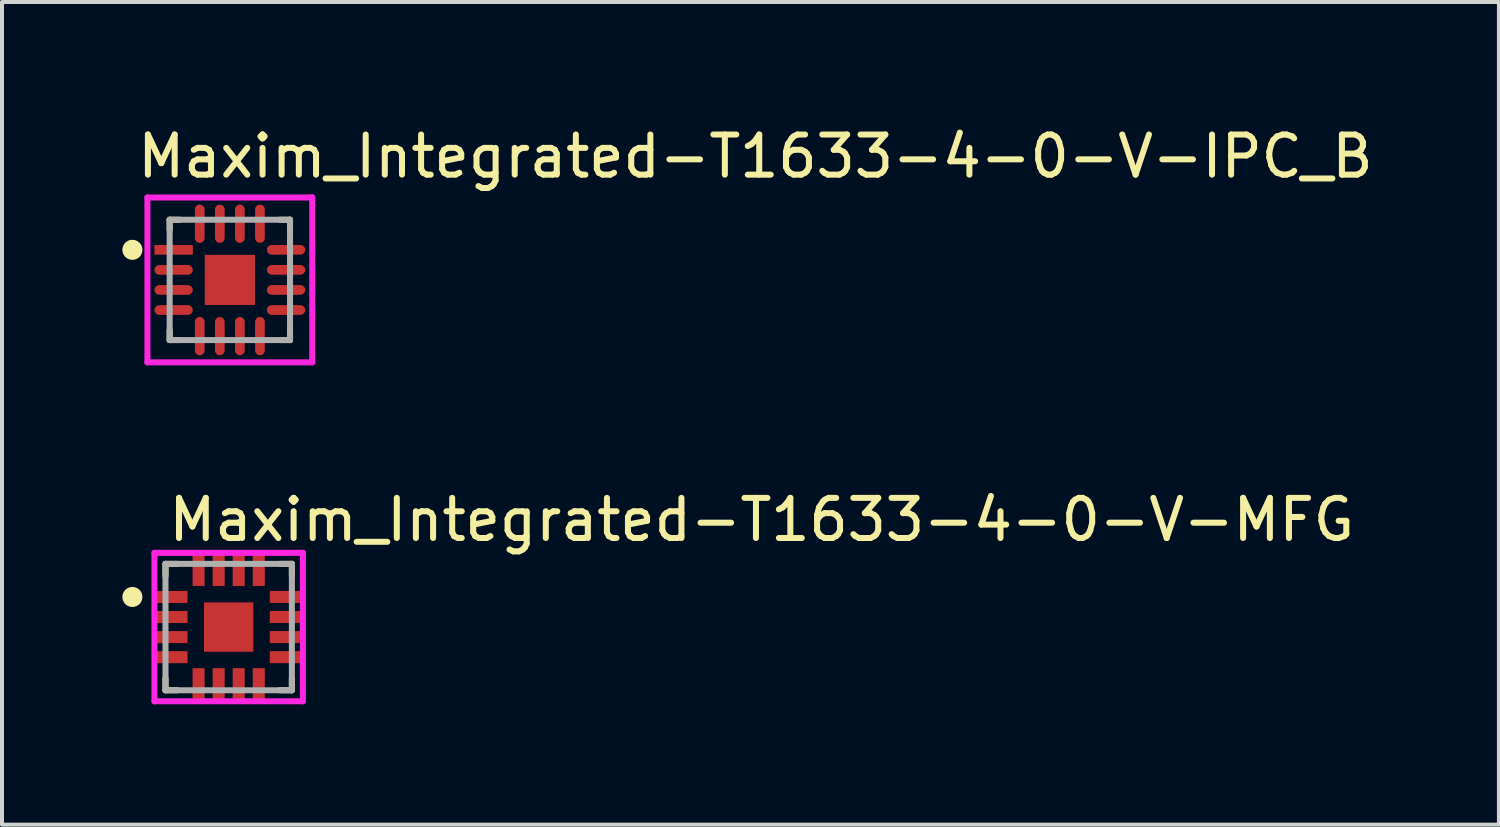
<source format=kicad_pcb>
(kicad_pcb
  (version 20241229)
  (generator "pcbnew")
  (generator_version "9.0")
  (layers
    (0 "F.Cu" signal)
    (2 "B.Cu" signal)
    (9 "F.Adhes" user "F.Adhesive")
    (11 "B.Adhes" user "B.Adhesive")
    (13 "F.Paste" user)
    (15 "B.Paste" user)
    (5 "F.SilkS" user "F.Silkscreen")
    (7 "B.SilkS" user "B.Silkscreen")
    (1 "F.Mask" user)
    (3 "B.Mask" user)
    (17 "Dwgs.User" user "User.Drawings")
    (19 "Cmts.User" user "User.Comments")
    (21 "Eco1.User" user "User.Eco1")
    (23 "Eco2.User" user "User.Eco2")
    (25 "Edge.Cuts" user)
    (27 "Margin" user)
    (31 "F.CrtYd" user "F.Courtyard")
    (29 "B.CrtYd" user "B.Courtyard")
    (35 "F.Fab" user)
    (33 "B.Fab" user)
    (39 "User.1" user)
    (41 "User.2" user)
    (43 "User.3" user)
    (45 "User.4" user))
  (footprint "Maxim_Integrated-T1633-4-0-V-IPC_B"
    (layer "F.Cu")
    (at 2.679 3.927)
    (property "Reference" "Maxim_Integrated-T1633-4-0-V-IPC_B" (at -2.379 -3.079 0) (layer "F.SilkS") (effects (font (size 1 1) (thickness 0.15)) (justify left)))
    (attr through_hole)
    (fp_line (start -1.5 -1.5) (end -1.5 -1.25) (stroke (width 0.15) (type solid)) (layer "F.SilkS"))
    (fp_line (start -1.5 1.5) (end -1.5 1.25) (stroke (width 0.15) (type solid)) (layer "F.SilkS"))
    (fp_line (start -1.25 -1.5) (end -1.5 -1.5) (stroke (width 0.15) (type solid)) (layer "F.SilkS"))
    (fp_line (start -1.25 1.5) (end -1.5 1.5) (stroke (width 0.15) (type solid)) (layer "F.SilkS"))
    (fp_line (start 1.25 -1.5) (end 1.5 -1.5) (stroke (width 0.15) (type solid)) (layer "F.SilkS"))
    (fp_line (start 1.25 1.5) (end 1.5 1.5) (stroke (width 0.15) (type solid)) (layer "F.SilkS"))
    (fp_line (start 1.5 -1.5) (end 1.5 -1.25) (stroke (width 0.15) (type solid)) (layer "F.SilkS"))
    (fp_line (start 1.5 1.5) (end 1.5 1.25) (stroke (width 0.15) (type solid)) (layer "F.SilkS"))
    (fp_circle (center -2.429 -0.75) (end -2.304 -0.75) (stroke (width 0.25) (type solid)) (fill no) (layer "F.SilkS"))
    (fp_poly (pts (xy -0.395 -0.395) (xy 0.395 -0.395) (xy 0.395 0.395) (xy -0.395 0.395)) (stroke (width 0) (type solid)) (fill yes) (layer "F.Paste"))
    (fp_line (start -2.054 -2.054) (end -2.054 2.054) (stroke (width 0.15) (type solid)) (layer "F.CrtYd"))
    (fp_line (start -2.054 2.054) (end 2.054 2.054) (stroke (width 0.15) (type solid)) (layer "F.CrtYd"))
    (fp_line (start 2.054 -2.054) (end -2.054 -2.054) (stroke (width 0.15) (type solid)) (layer "F.CrtYd"))
    (fp_line (start 2.054 -2.054) (end 2.054 -2.054) (stroke (width 0.15) (type solid)) (layer "F.CrtYd"))
    (fp_line (start 2.054 2.054) (end 2.054 -2.054) (stroke (width 0.15) (type solid)) (layer "F.CrtYd"))
    (fp_line (start -1.5 -1.5) (end 1.5 -1.5) (stroke (width 0.15) (type solid)) (layer "F.Fab"))
    (fp_line (start -1.5 1.5) (end -1.5 -1.5) (stroke (width 0.15) (type solid)) (layer "F.Fab"))
    (fp_line (start 1.5 -1.5) (end 1.5 1.5) (stroke (width 0.15) (type solid)) (layer "F.Fab"))
    (fp_line (start 1.5 1.5) (end -1.5 1.5) (stroke (width 0.15) (type solid)) (layer "F.Fab"))
    (pad "1" smd rect (at -1.401 -0.75) (size 0.957 0.242) (layers "F.Cu" "F.Mask" "F.Paste"))
    (pad "2" smd roundrect (at -1.401 -0.25) (size 0.957 0.242) (layers "F.Cu" "F.Mask" "F.Paste") (roundrect_rratio 0.5))
    (pad "3" smd roundrect (at -1.401 0.25) (size 0.957 0.242) (layers "F.Cu" "F.Mask" "F.Paste") (roundrect_rratio 0.5))
    (pad "4" smd roundrect (at -1.401 0.75) (size 0.957 0.242) (layers "F.Cu" "F.Mask" "F.Paste") (roundrect_rratio 0.5))
    (pad "5" smd roundrect (at -0.75 1.401) (size 0.242 0.957) (layers "F.Cu" "F.Mask" "F.Paste") (roundrect_rratio 0.5))
    (pad "6" smd roundrect (at -0.25 1.401) (size 0.242 0.957) (layers "F.Cu" "F.Mask" "F.Paste") (roundrect_rratio 0.5))
    (pad "7" smd roundrect (at 0.25 1.401) (size 0.242 0.957) (layers "F.Cu" "F.Mask" "F.Paste") (roundrect_rratio 0.5))
    (pad "8" smd roundrect (at 0.75 1.401) (size 0.242 0.957) (layers "F.Cu" "F.Mask" "F.Paste") (roundrect_rratio 0.5))
    (pad "9" smd roundrect (at 1.401 0.75) (size 0.957 0.242) (layers "F.Cu" "F.Mask" "F.Paste") (roundrect_rratio 0.5))
    (pad "10" smd roundrect (at 1.401 0.25) (size 0.957 0.242) (layers "F.Cu" "F.Mask" "F.Paste") (roundrect_rratio 0.5))
    (pad "11" smd roundrect (at 1.401 -0.25) (size 0.957 0.242) (layers "F.Cu" "F.Mask" "F.Paste") (roundrect_rratio 0.5))
    (pad "12" smd roundrect (at 1.401 -0.75) (size 0.957 0.242) (layers "F.Cu" "F.Mask" "F.Paste") (roundrect_rratio 0.5))
    (pad "13" smd roundrect (at 0.75 -1.401) (size 0.242 0.957) (layers "F.Cu" "F.Mask" "F.Paste") (roundrect_rratio 0.5))
    (pad "14" smd roundrect (at 0.25 -1.401) (size 0.242 0.957) (layers "F.Cu" "F.Mask" "F.Paste") (roundrect_rratio 0.5))
    (pad "15" smd roundrect (at -0.25 -1.401) (size 0.242 0.957) (layers "F.Cu" "F.Mask" "F.Paste") (roundrect_rratio 0.5))
    (pad "16" smd roundrect (at -0.75 -1.401) (size 0.242 0.957) (layers "F.Cu" "F.Mask" "F.Paste") (roundrect_rratio 0.5))
    (pad "17" smd rect (at 0 0) (size 1.25 1.25) (layers "F.Cu" "F.Mask")))
  (footprint "Maxim_Integrated-T1633-4-0-V-MFG"
    (layer "F.Cu")
    (at 2.65 12.58)
    (property "Reference" "Maxim_Integrated-T1633-4-0-V-MFG" (at -1.575 -2.675 0) (layer "F.SilkS") (effects (font (size 1 1) (thickness 0.15)) (justify left)))
    (attr through_hole)
    (fp_line (start -1.575 -1.575) (end -1.275 -1.575) (stroke (width 0.15) (type solid)) (layer "F.SilkS"))
    (fp_line (start -1.575 -1.275) (end -1.575 -1.575) (stroke (width 0.15) (type solid)) (layer "F.SilkS"))
    (fp_line (start -1.575 1.575) (end -1.575 1.275) (stroke (width 0.15) (type solid)) (layer "F.SilkS"))
    (fp_line (start -1.575 1.575) (end -1.275 1.575) (stroke (width 0.15) (type solid)) (layer "F.SilkS"))
    (fp_line (start 1.275 -1.575) (end 1.575 -1.575) (stroke (width 0.15) (type solid)) (layer "F.SilkS"))
    (fp_line (start 1.275 1.575) (end 1.575 1.575) (stroke (width 0.15) (type solid)) (layer "F.SilkS"))
    (fp_line (start 1.575 -1.275) (end 1.575 -1.575) (stroke (width 0.15) (type solid)) (layer "F.SilkS"))
    (fp_line (start 1.575 1.575) (end 1.575 1.275) (stroke (width 0.15) (type solid)) (layer "F.SilkS"))
    (fp_circle (center -2.4 -0.75) (end -2.275 -0.75) (stroke (width 0.25) (type solid)) (fill no) (layer "F.SilkS"))
    (fp_line (start -1.85 -1.85) (end -1.85 1.85) (stroke (width 0.15) (type solid)) (layer "F.CrtYd"))
    (fp_line (start -1.85 1.85) (end 1.85 1.85) (stroke (width 0.15) (type solid)) (layer "F.CrtYd"))
    (fp_line (start 1.85 -1.85) (end -1.85 -1.85) (stroke (width 0.15) (type solid)) (layer "F.CrtYd"))
    (fp_line (start 1.85 -1.85) (end 1.85 -1.85) (stroke (width 0.15) (type solid)) (layer "F.CrtYd"))
    (fp_line (start 1.85 1.85) (end 1.85 -1.85) (stroke (width 0.15) (type solid)) (layer "F.CrtYd"))
    (fp_line (start -1.575 -1.575) (end 1.575 -1.575) (stroke (width 0.15) (type solid)) (layer "F.Fab"))
    (fp_line (start -1.575 1.575) (end -1.575 -1.575) (stroke (width 0.15) (type solid)) (layer "F.Fab"))
    (fp_line (start 1.575 -1.575) (end 1.575 1.575) (stroke (width 0.15) (type solid)) (layer "F.Fab"))
    (fp_line (start 1.575 1.575) (end -1.575 1.575) (stroke (width 0.15) (type solid)) (layer "F.Fab"))
    (pad "1" smd rect (at -1.425 -0.75) (size 0.8 0.3) (layers "F.Cu" "F.Mask" "F.Paste"))
    (pad "2" smd rect (at -1.425 -0.25) (size 0.8 0.3) (layers "F.Cu" "F.Mask" "F.Paste"))
    (pad "3" smd rect (at -1.425 0.25) (size 0.8 0.3) (layers "F.Cu" "F.Mask" "F.Paste"))
    (pad "4" smd rect (at -1.425 0.75) (size 0.8 0.3) (layers "F.Cu" "F.Mask" "F.Paste"))
    (pad "5" smd rect (at -0.75 1.425) (size 0.3 0.8) (layers "F.Cu" "F.Mask" "F.Paste"))
    (pad "6" smd rect (at -0.25 1.425) (size 0.3 0.8) (layers "F.Cu" "F.Mask" "F.Paste"))
    (pad "7" smd rect (at 0.25 1.425) (size 0.3 0.8) (layers "F.Cu" "F.Mask" "F.Paste"))
    (pad "8" smd rect (at 0.75 1.425) (size 0.3 0.8) (layers "F.Cu" "F.Mask" "F.Paste"))
    (pad "9" smd rect (at 1.425 0.75) (size 0.8 0.3) (layers "F.Cu" "F.Mask" "F.Paste"))
    (pad "10" smd rect (at 1.425 0.25) (size 0.8 0.3) (layers "F.Cu" "F.Mask" "F.Paste"))
    (pad "11" smd rect (at 1.425 -0.25) (size 0.8 0.3) (layers "F.Cu" "F.Mask" "F.Paste"))
    (pad "12" smd rect (at 1.425 -0.75) (size 0.8 0.3) (layers "F.Cu" "F.Mask" "F.Paste"))
    (pad "13" smd rect (at 0.75 -1.425) (size 0.3 0.8) (layers "F.Cu" "F.Mask" "F.Paste"))
    (pad "14" smd rect (at 0.25 -1.425) (size 0.3 0.8) (layers "F.Cu" "F.Mask" "F.Paste"))
    (pad "15" smd rect (at -0.25 -1.425) (size 0.3 0.8) (layers "F.Cu" "F.Mask" "F.Paste"))
    (pad "16" smd rect (at -0.75 -1.425) (size 0.3 0.8) (layers "F.Cu" "F.Mask" "F.Paste"))
    (pad "17" smd rect (at 0 0) (size 1.23 1.23) (layers "F.Cu" "F.Mask" "F.Paste")))
  (gr_rect
    (start -3 -3)
    (end 34.312 17.505)
    (stroke (width 0.1) (type default))
    (fill no)
    (layer "Edge.Cuts")))
</source>
